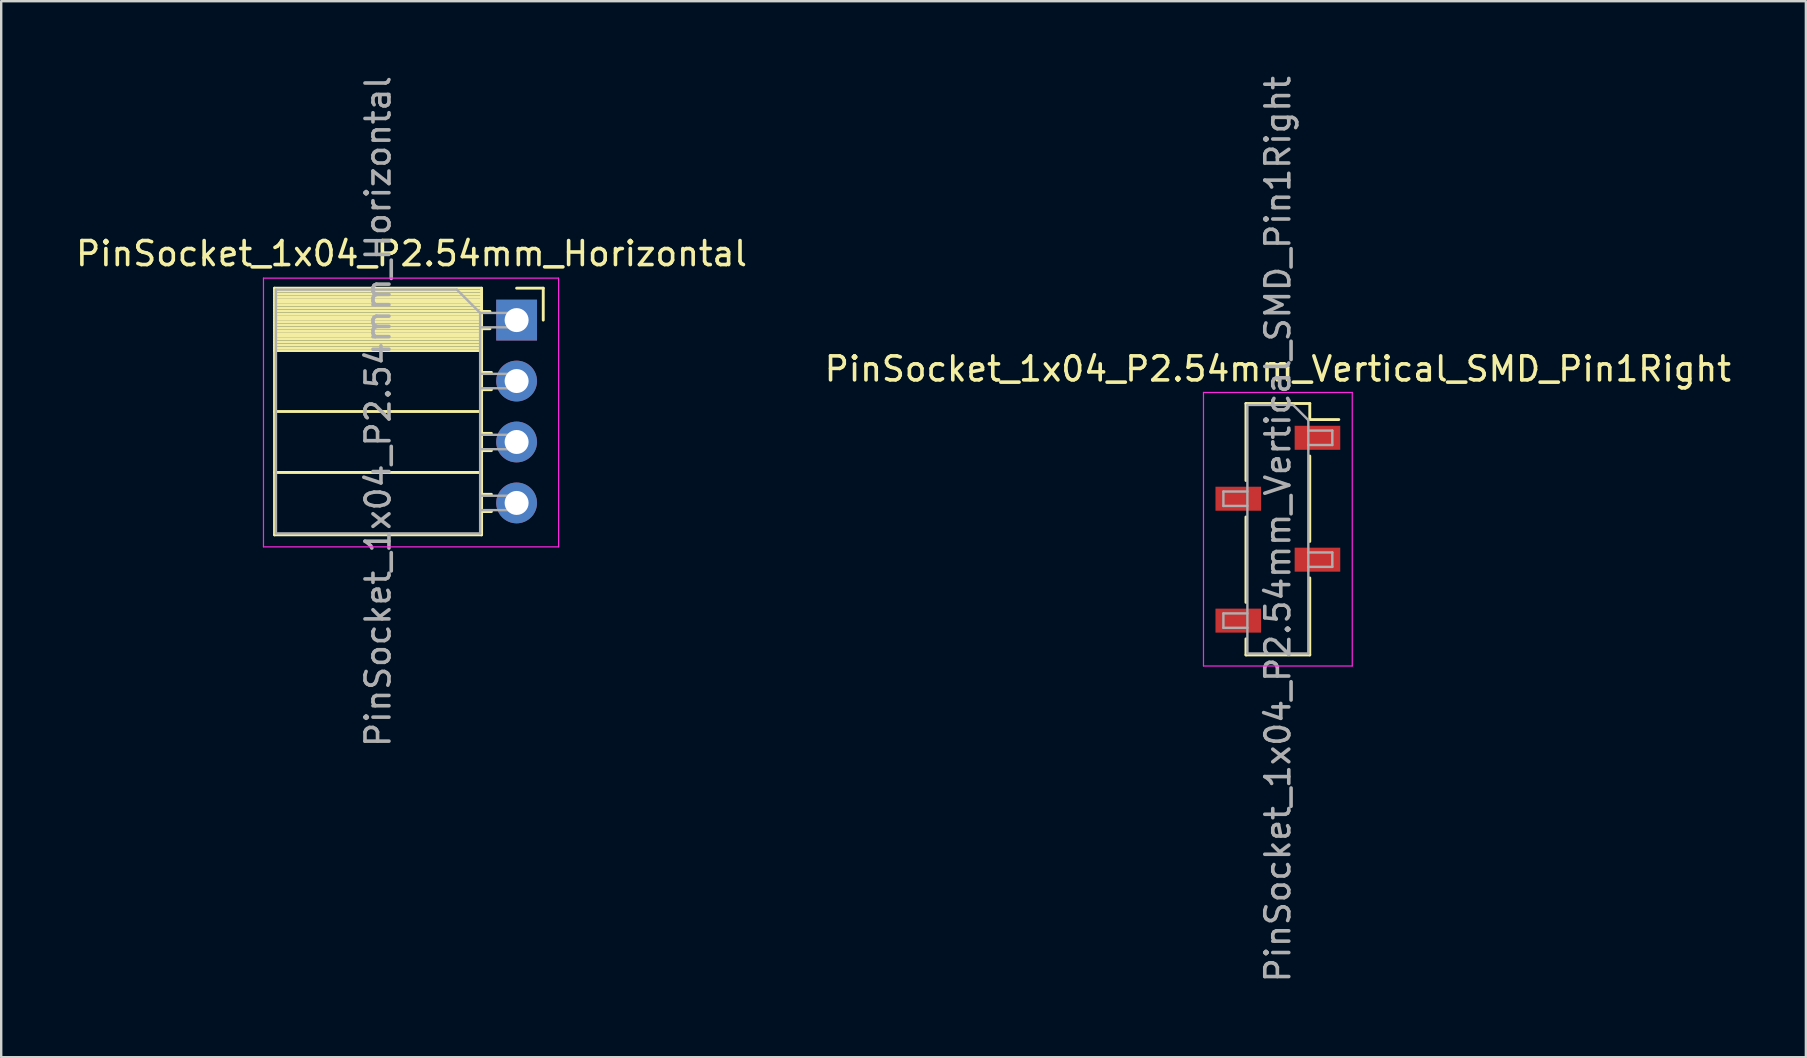
<source format=kicad_pcb>
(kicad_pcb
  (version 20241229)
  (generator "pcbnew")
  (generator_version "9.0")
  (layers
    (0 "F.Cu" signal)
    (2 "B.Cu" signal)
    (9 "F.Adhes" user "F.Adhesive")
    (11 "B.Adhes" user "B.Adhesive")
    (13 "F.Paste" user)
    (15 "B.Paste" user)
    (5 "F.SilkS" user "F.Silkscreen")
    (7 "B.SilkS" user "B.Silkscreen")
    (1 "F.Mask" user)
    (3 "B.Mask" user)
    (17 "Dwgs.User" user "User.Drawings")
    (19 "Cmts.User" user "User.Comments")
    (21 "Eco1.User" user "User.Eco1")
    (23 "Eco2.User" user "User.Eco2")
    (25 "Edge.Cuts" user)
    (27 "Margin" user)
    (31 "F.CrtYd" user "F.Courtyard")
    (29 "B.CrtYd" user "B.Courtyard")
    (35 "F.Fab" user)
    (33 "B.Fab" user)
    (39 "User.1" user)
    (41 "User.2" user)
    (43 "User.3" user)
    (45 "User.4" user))
  (footprint "PinSocket_1x04_P2.54mm_Vertical_SMD_Pin1Right"
    (layer "F.Cu")
    (at 50.208 19.006)
    (property "Reference" "PinSocket_1x04_P2.54mm_Vertical_SMD_Pin1Right" (at 0 -6.68 0) (layer "F.SilkS") (effects (font (size 1 1) (thickness 0.15))))
    (attr smd)
    (fp_line (start -1.33 -5.24) (end -1.33 -2.03) (stroke (width 0.12) (type solid)) (layer "F.SilkS"))
    (fp_line (start -1.33 -5.24) (end 1.33 -5.24) (stroke (width 0.12) (type solid)) (layer "F.SilkS"))
    (fp_line (start -1.33 -0.51) (end -1.33 3.05) (stroke (width 0.12) (type solid)) (layer "F.SilkS"))
    (fp_line (start -1.33 4.57) (end -1.33 5.24) (stroke (width 0.12) (type solid)) (layer "F.SilkS"))
    (fp_line (start -1.33 5.24) (end 1.33 5.24) (stroke (width 0.12) (type solid)) (layer "F.SilkS"))
    (fp_line (start 1.33 -5.24) (end 1.33 -4.57) (stroke (width 0.12) (type solid)) (layer "F.SilkS"))
    (fp_line (start 1.33 -4.57) (end 2.54 -4.57) (stroke (width 0.12) (type solid)) (layer "F.SilkS"))
    (fp_line (start 1.33 -3.05) (end 1.33 0.51) (stroke (width 0.12) (type solid)) (layer "F.SilkS"))
    (fp_line (start 1.33 2.03) (end 1.33 5.24) (stroke (width 0.12) (type solid)) (layer "F.SilkS"))
    (fp_line (start -3.1 -5.7) (end 3.1 -5.7) (stroke (width 0.05) (type solid)) (layer "F.CrtYd"))
    (fp_line (start -3.1 5.7) (end -3.1 -5.7) (stroke (width 0.05) (type solid)) (layer "F.CrtYd"))
    (fp_line (start 3.1 -5.7) (end 3.1 5.7) (stroke (width 0.05) (type solid)) (layer "F.CrtYd"))
    (fp_line (start 3.1 5.7) (end -3.1 5.7) (stroke (width 0.05) (type solid)) (layer "F.CrtYd"))
    (fp_line (start -2.27 -1.57) (end -1.27 -1.57) (stroke (width 0.1) (type solid)) (layer "F.Fab"))
    (fp_line (start -2.27 -0.97) (end -2.27 -1.57) (stroke (width 0.1) (type solid)) (layer "F.Fab"))
    (fp_line (start -2.27 3.51) (end -1.27 3.51) (stroke (width 0.1) (type solid)) (layer "F.Fab"))
    (fp_line (start -2.27 4.11) (end -2.27 3.51) (stroke (width 0.1) (type solid)) (layer "F.Fab"))
    (fp_line (start -1.27 -5.18) (end 0.635 -5.18) (stroke (width 0.1) (type solid)) (layer "F.Fab"))
    (fp_line (start -1.27 -0.97) (end -2.27 -0.97) (stroke (width 0.1) (type solid)) (layer "F.Fab"))
    (fp_line (start -1.27 4.11) (end -2.27 4.11) (stroke (width 0.1) (type solid)) (layer "F.Fab"))
    (fp_line (start -1.27 5.18) (end -1.27 -5.18) (stroke (width 0.1) (type solid)) (layer "F.Fab"))
    (fp_line (start 0.635 -5.18) (end 1.27 -4.545) (stroke (width 0.1) (type solid)) (layer "F.Fab"))
    (fp_line (start 1.27 -4.545) (end 1.27 5.18) (stroke (width 0.1) (type solid)) (layer "F.Fab"))
    (fp_line (start 1.27 -4.11) (end 2.27 -4.11) (stroke (width 0.1) (type solid)) (layer "F.Fab"))
    (fp_line (start 1.27 0.97) (end 2.27 0.97) (stroke (width 0.1) (type solid)) (layer "F.Fab"))
    (fp_line (start 1.27 5.18) (end -1.27 5.18) (stroke (width 0.1) (type solid)) (layer "F.Fab"))
    (fp_line (start 2.27 -4.11) (end 2.27 -3.51) (stroke (width 0.1) (type solid)) (layer "F.Fab"))
    (fp_line (start 2.27 -3.51) (end 1.27 -3.51) (stroke (width 0.1) (type solid)) (layer "F.Fab"))
    (fp_line (start 2.27 0.97) (end 2.27 1.57) (stroke (width 0.1) (type solid)) (layer "F.Fab"))
    (fp_line (start 2.27 1.57) (end 1.27 1.57) (stroke (width 0.1) (type solid)) (layer "F.Fab"))
    (fp_text user "${REFERENCE}" (at 0 0 90) (layer "F.Fab") (effects (font (size 1 1) (thickness 0.15))))
    (pad "1" smd rect (at 1.65 -3.81) (size 1.9 1) (layers "F.Cu" "F.Mask" "F.Paste"))
    (pad "2" smd rect (at -1.65 -1.27) (size 1.9 1) (layers "F.Cu" "F.Mask" "F.Paste"))
    (pad "3" smd rect (at 1.65 1.27) (size 1.9 1) (layers "F.Cu" "F.Mask" "F.Paste"))
    (pad "4" smd rect (at -1.65 3.81) (size 1.9 1) (layers "F.Cu" "F.Mask" "F.Paste")))
  (footprint "PinSocket_1x04_P2.54mm_Horizontal"
    (layer "F.Cu")
    (at 18.481 10.291)
    (property "Reference" "PinSocket_1x04_P2.54mm_Horizontal" (at -4.38 -2.77 0) (layer "F.SilkS") (effects (font (size 1 1) (thickness 0.15))))
    (attr through_hole)
    (fp_line (start -10.09 -1.33) (end -10.09 8.95) (stroke (width 0.12) (type solid)) (layer "F.SilkS"))
    (fp_line (start -10.09 -1.33) (end -1.46 -1.33) (stroke (width 0.12) (type solid)) (layer "F.SilkS"))
    (fp_line (start -10.09 -1.21) (end -1.46 -1.21) (stroke (width 0.12) (type solid)) (layer "F.SilkS"))
    (fp_line (start -10.09 -1.092) (end -1.46 -1.092) (stroke (width 0.12) (type solid)) (layer "F.SilkS"))
    (fp_line (start -10.09 -0.974) (end -1.46 -0.974) (stroke (width 0.12) (type solid)) (layer "F.SilkS"))
    (fp_line (start -10.09 -0.856) (end -1.46 -0.856) (stroke (width 0.12) (type solid)) (layer "F.SilkS"))
    (fp_line (start -10.09 -0.738) (end -1.46 -0.738) (stroke (width 0.12) (type solid)) (layer "F.SilkS"))
    (fp_line (start -10.09 -0.62) (end -1.46 -0.62) (stroke (width 0.12) (type solid)) (layer "F.SilkS"))
    (fp_line (start -10.09 -0.501) (end -1.46 -0.501) (stroke (width 0.12) (type solid)) (layer "F.SilkS"))
    (fp_line (start -10.09 -0.383) (end -1.46 -0.383) (stroke (width 0.12) (type solid)) (layer "F.SilkS"))
    (fp_line (start -10.09 -0.265) (end -1.46 -0.265) (stroke (width 0.12) (type solid)) (layer "F.SilkS"))
    (fp_line (start -10.09 -0.147) (end -1.46 -0.147) (stroke (width 0.12) (type solid)) (layer "F.SilkS"))
    (fp_line (start -10.09 -0.029) (end -1.46 -0.029) (stroke (width 0.12) (type solid)) (layer "F.SilkS"))
    (fp_line (start -10.09 0.089) (end -1.46 0.089) (stroke (width 0.12) (type solid)) (layer "F.SilkS"))
    (fp_line (start -10.09 0.207) (end -1.46 0.207) (stroke (width 0.12) (type solid)) (layer "F.SilkS"))
    (fp_line (start -10.09 0.325) (end -1.46 0.325) (stroke (width 0.12) (type solid)) (layer "F.SilkS"))
    (fp_line (start -10.09 0.443) (end -1.46 0.443) (stroke (width 0.12) (type solid)) (layer "F.SilkS"))
    (fp_line (start -10.09 0.561) (end -1.46 0.561) (stroke (width 0.12) (type solid)) (layer "F.SilkS"))
    (fp_line (start -10.09 0.68) (end -1.46 0.68) (stroke (width 0.12) (type solid)) (layer "F.SilkS"))
    (fp_line (start -10.09 0.798) (end -1.46 0.798) (stroke (width 0.12) (type solid)) (layer "F.SilkS"))
    (fp_line (start -10.09 0.916) (end -1.46 0.916) (stroke (width 0.12) (type solid)) (layer "F.SilkS"))
    (fp_line (start -10.09 1.034) (end -1.46 1.034) (stroke (width 0.12) (type solid)) (layer "F.SilkS"))
    (fp_line (start -10.09 1.152) (end -1.46 1.152) (stroke (width 0.12) (type solid)) (layer "F.SilkS"))
    (fp_line (start -10.09 1.27) (end -1.46 1.27) (stroke (width 0.12) (type solid)) (layer "F.SilkS"))
    (fp_line (start -10.09 3.81) (end -1.46 3.81) (stroke (width 0.12) (type solid)) (layer "F.SilkS"))
    (fp_line (start -10.09 6.35) (end -1.46 6.35) (stroke (width 0.12) (type solid)) (layer "F.SilkS"))
    (fp_line (start -10.09 8.95) (end -1.46 8.95) (stroke (width 0.12) (type solid)) (layer "F.SilkS"))
    (fp_line (start -1.46 -1.33) (end -1.46 8.95) (stroke (width 0.12) (type solid)) (layer "F.SilkS"))
    (fp_line (start -1.46 -0.36) (end -1.11 -0.36) (stroke (width 0.12) (type solid)) (layer "F.SilkS"))
    (fp_line (start -1.46 0.36) (end -1.11 0.36) (stroke (width 0.12) (type solid)) (layer "F.SilkS"))
    (fp_line (start -1.46 2.18) (end -1.05 2.18) (stroke (width 0.12) (type solid)) (layer "F.SilkS"))
    (fp_line (start -1.46 2.9) (end -1.05 2.9) (stroke (width 0.12) (type solid)) (layer "F.SilkS"))
    (fp_line (start -1.46 4.72) (end -1.05 4.72) (stroke (width 0.12) (type solid)) (layer "F.SilkS"))
    (fp_line (start -1.46 5.44) (end -1.05 5.44) (stroke (width 0.12) (type solid)) (layer "F.SilkS"))
    (fp_line (start -1.46 7.26) (end -1.05 7.26) (stroke (width 0.12) (type solid)) (layer "F.SilkS"))
    (fp_line (start -1.46 7.98) (end -1.05 7.98) (stroke (width 0.12) (type solid)) (layer "F.SilkS"))
    (fp_line (start 0 -1.33) (end 1.11 -1.33) (stroke (width 0.12) (type solid)) (layer "F.SilkS"))
    (fp_line (start 1.11 -1.33) (end 1.11 0) (stroke (width 0.12) (type solid)) (layer "F.SilkS"))
    (fp_line (start -10.55 -1.75) (end -10.55 9.45) (stroke (width 0.05) (type solid)) (layer "F.CrtYd"))
    (fp_line (start -10.55 9.45) (end 1.75 9.45) (stroke (width 0.05) (type solid)) (layer "F.CrtYd"))
    (fp_line (start 1.75 -1.75) (end -10.55 -1.75) (stroke (width 0.05) (type solid)) (layer "F.CrtYd"))
    (fp_line (start 1.75 9.45) (end 1.75 -1.75) (stroke (width 0.05) (type solid)) (layer "F.CrtYd"))
    (fp_line (start -10.03 -1.27) (end -2.49 -1.27) (stroke (width 0.1) (type solid)) (layer "F.Fab"))
    (fp_line (start -10.03 8.89) (end -10.03 -1.27) (stroke (width 0.1) (type solid)) (layer "F.Fab"))
    (fp_line (start -2.49 -1.27) (end -1.52 -0.3) (stroke (width 0.1) (type solid)) (layer "F.Fab"))
    (fp_line (start -1.52 -0.3) (end -1.52 8.89) (stroke (width 0.1) (type solid)) (layer "F.Fab"))
    (fp_line (start -1.52 0.3) (end 0 0.3) (stroke (width 0.1) (type solid)) (layer "F.Fab"))
    (fp_line (start -1.52 2.84) (end 0 2.84) (stroke (width 0.1) (type solid)) (layer "F.Fab"))
    (fp_line (start -1.52 5.38) (end 0 5.38) (stroke (width 0.1) (type solid)) (layer "F.Fab"))
    (fp_line (start -1.52 7.92) (end 0 7.92) (stroke (width 0.1) (type solid)) (layer "F.Fab"))
    (fp_line (start -1.52 8.89) (end -10.03 8.89) (stroke (width 0.1) (type solid)) (layer "F.Fab"))
    (fp_line (start 0 -0.3) (end -1.52 -0.3) (stroke (width 0.1) (type solid)) (layer "F.Fab"))
    (fp_line (start 0 0.3) (end 0 -0.3) (stroke (width 0.1) (type solid)) (layer "F.Fab"))
    (fp_line (start 0 2.24) (end -1.52 2.24) (stroke (width 0.1) (type solid)) (layer "F.Fab"))
    (fp_line (start 0 2.84) (end 0 2.24) (stroke (width 0.1) (type solid)) (layer "F.Fab"))
    (fp_line (start 0 4.78) (end -1.52 4.78) (stroke (width 0.1) (type solid)) (layer "F.Fab"))
    (fp_line (start 0 5.38) (end 0 4.78) (stroke (width 0.1) (type solid)) (layer "F.Fab"))
    (fp_line (start 0 7.32) (end -1.52 7.32) (stroke (width 0.1) (type solid)) (layer "F.Fab"))
    (fp_line (start 0 7.92) (end 0 7.32) (stroke (width 0.1) (type solid)) (layer "F.Fab"))
    (fp_text user "${REFERENCE}" (at -5.775 3.81 90) (layer "F.Fab") (effects (font (size 1 1) (thickness 0.15))))
    (pad "1" thru_hole rect (at 0 0) (size 1.7 1.7) (drill 1) (layers "*.Cu" "*.Mask"))
    (pad "2" thru_hole circle (at 0 2.54) (size 1.7 1.7) (drill 1) (layers "*.Cu" "*.Mask"))
    (pad "3" thru_hole circle (at 0 5.08) (size 1.7 1.7) (drill 1) (layers "*.Cu" "*.Mask"))
    (pad "4" thru_hole circle (at 0 7.62) (size 1.7 1.7) (drill 1) (layers "*.Cu" "*.Mask")))
  (gr_rect
    (start -3 -3)
    (end 72.214 41.012)
    (stroke (width 0.1) (type default))
    (fill no)
    (layer "Edge.Cuts")))
</source>
